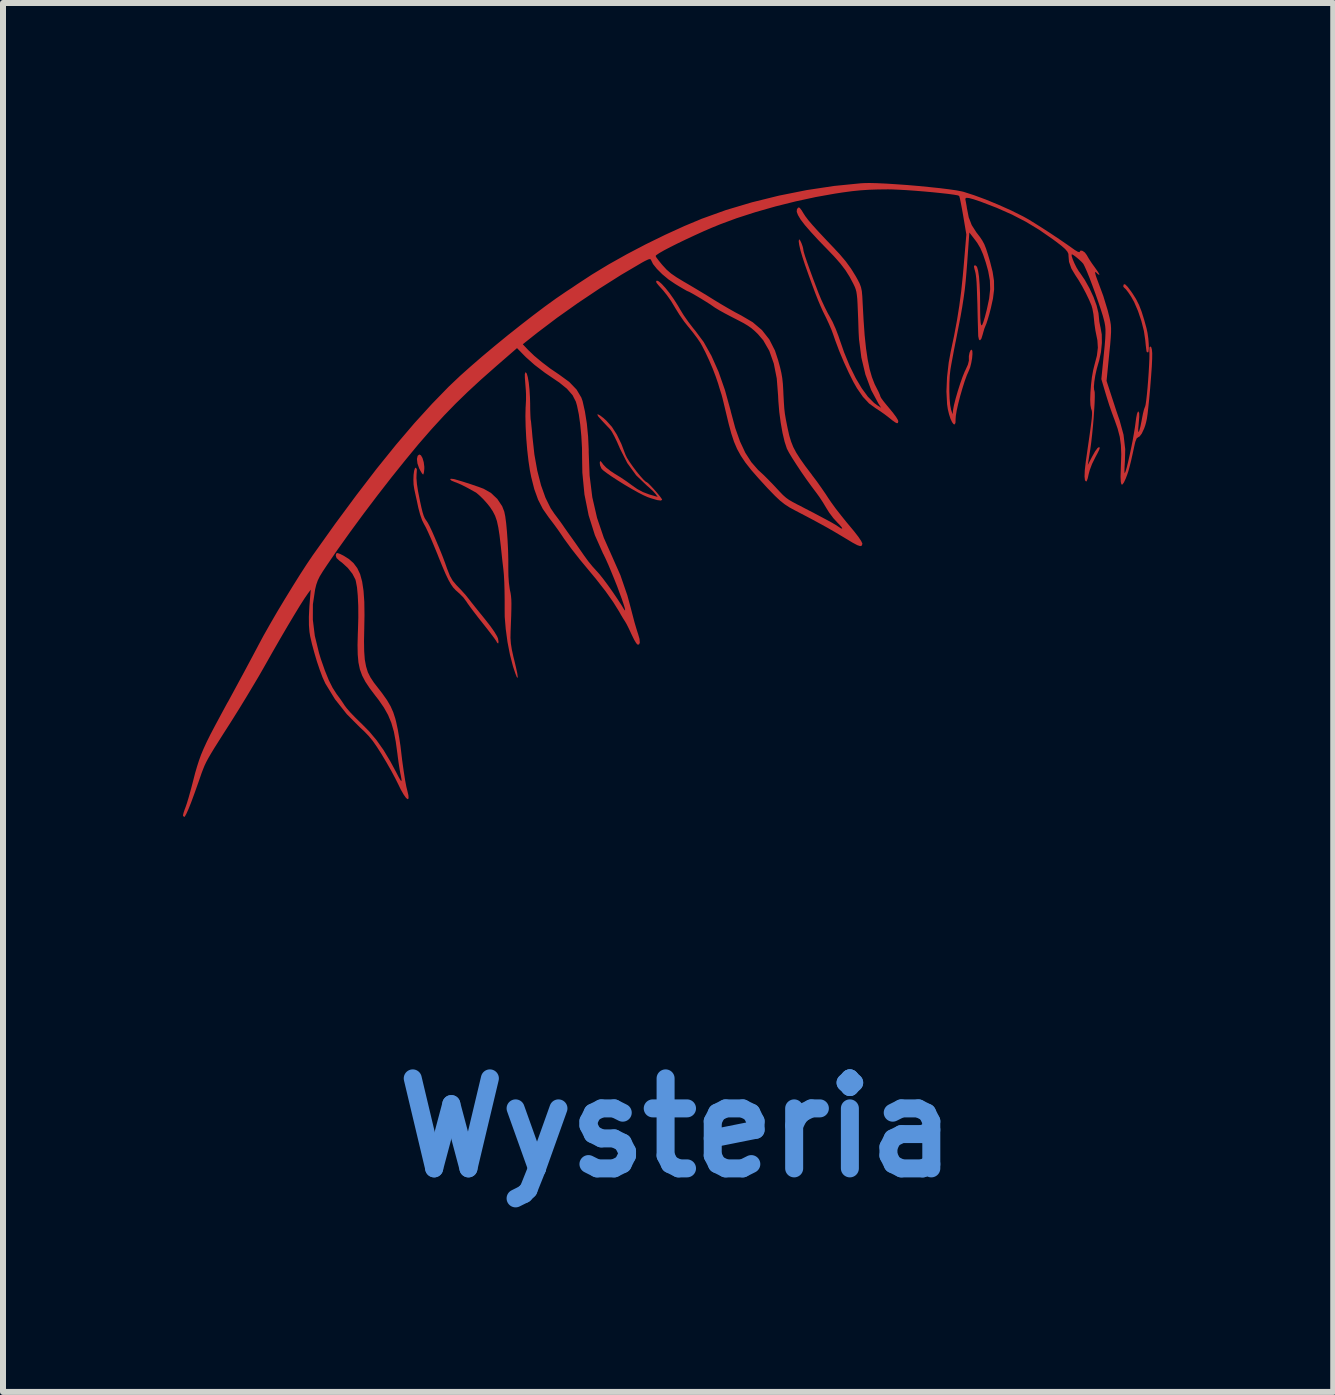
<source format=kicad_pcb>
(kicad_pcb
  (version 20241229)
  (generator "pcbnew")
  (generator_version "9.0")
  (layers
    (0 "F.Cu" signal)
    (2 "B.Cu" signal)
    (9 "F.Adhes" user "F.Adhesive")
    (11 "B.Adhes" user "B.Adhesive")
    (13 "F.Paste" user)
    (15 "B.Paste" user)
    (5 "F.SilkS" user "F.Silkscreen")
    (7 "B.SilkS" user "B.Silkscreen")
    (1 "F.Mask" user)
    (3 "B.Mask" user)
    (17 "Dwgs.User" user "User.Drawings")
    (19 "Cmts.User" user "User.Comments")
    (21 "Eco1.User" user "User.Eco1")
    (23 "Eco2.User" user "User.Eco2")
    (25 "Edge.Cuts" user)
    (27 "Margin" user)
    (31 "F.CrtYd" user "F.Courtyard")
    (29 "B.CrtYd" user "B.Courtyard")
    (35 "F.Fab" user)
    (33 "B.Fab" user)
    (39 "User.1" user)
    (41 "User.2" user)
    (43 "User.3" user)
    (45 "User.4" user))
  (footprint "Wysteria"
    (layer "F.Cu")
    (at 8.222 5.585)
    (property "Reference" "Wysteria" (at 0 10.16 0) (layer "Cmts.User") (effects (font (size 1.5 1.5) (thickness 0.3))))
    (attr board_only exclude_from_pos_files exclude_from_bom)
    (fp_poly (pts (xy -4.256 -1.046) (xy -4.23 -1) (xy -4.21 -0.933) (xy -4.2 -0.857) (xy -4.2 -0.82) (xy -4.206 -0.762) (xy -4.216 -0.729) (xy -4.221 -0.726) (xy -4.239 -0.745) (xy -4.267 -0.792) (xy -4.287 -0.831) (xy -4.315 -0.912) (xy -4.323 -0.985) (xy -4.311 -1.038) (xy -4.284 -1.06)) (stroke (width 0) (type solid)) (fill yes) (layer "F.Cu"))
    (fp_poly (pts (xy 7.483 -3.894) (xy 7.523 -3.854) (xy 7.58 -3.778) (xy 7.605 -3.742) (xy 7.663 -3.65) (xy 7.712 -3.553) (xy 7.756 -3.439) (xy 7.8 -3.298) (xy 7.836 -3.167) (xy 7.854 -3.084) (xy 7.867 -2.992) (xy 7.874 -2.903) (xy 7.876 -2.827) (xy 7.871 -2.775) (xy 7.863 -2.76) (xy 7.842 -2.768) (xy 7.837 -2.78) (xy 7.832 -2.816) (xy 7.824 -2.882) (xy 7.816 -2.965) (xy 7.816 -2.966) (xy 7.793 -3.119) (xy 7.751 -3.285) (xy 7.695 -3.451) (xy 7.631 -3.6) (xy 7.58 -3.691) (xy 7.534 -3.76) (xy 7.495 -3.811) (xy 7.47 -3.835) (xy 7.468 -3.836) (xy 7.451 -3.855) (xy 7.45 -3.871) (xy 7.46 -3.899)) (stroke (width 0) (type solid)) (fill yes) (layer "F.Cu"))
    (fp_poly (pts (xy -1.272 -1.712) (xy -1.217 -1.67) (xy -1.166 -1.624) (xy -1.074 -1.521) (xy -0.992 -1.393) (xy -0.915 -1.235) (xy -0.847 -1.055) (xy -0.822 -1.004) (xy -0.778 -0.935) (xy -0.722 -0.855) (xy -0.66 -0.773) (xy -0.599 -0.699) (xy -0.546 -0.64) (xy -0.507 -0.605) (xy -0.495 -0.6) (xy -0.471 -0.583) (xy -0.429 -0.541) (xy -0.376 -0.484) (xy -0.322 -0.422) (xy -0.275 -0.365) (xy -0.244 -0.322) (xy -0.236 -0.305) (xy -0.258 -0.292) (xy -0.318 -0.3) (xy -0.418 -0.329) (xy -0.478 -0.35) (xy -0.548 -0.381) (xy -0.641 -0.429) (xy -0.748 -0.489) (xy -0.862 -0.556) (xy -0.974 -0.626) (xy -1.077 -0.693) (xy -1.162 -0.752) (xy -1.223 -0.799) (xy -1.247 -0.824) (xy -1.271 -0.879) (xy -1.276 -0.922) (xy -1.271 -0.948) (xy -1.257 -0.945) (xy -1.229 -0.909) (xy -1.218 -0.893) (xy -1.17 -0.843) (xy -1.098 -0.786) (xy -1.025 -0.738) (xy -0.932 -0.681) (xy -0.829 -0.612) (xy -0.751 -0.555) (xy -0.652 -0.485) (xy -0.559 -0.435) (xy -0.454 -0.395) (xy -0.385 -0.375) (xy -0.31 -0.353) (xy -0.35 -0.407) (xy -0.39 -0.451) (xy -0.45 -0.507) (xy -0.494 -0.545) (xy -0.669 -0.713) (xy -0.817 -0.917) (xy -0.937 -1.153) (xy -0.946 -1.174) (xy -0.991 -1.277) (xy -1.037 -1.371) (xy -1.078 -1.445) (xy -1.105 -1.482) (xy -1.159 -1.539) (xy -1.222 -1.606) (xy -1.248 -1.634) (xy -1.299 -1.692) (xy -1.317 -1.724) (xy -1.307 -1.73)) (stroke (width 0) (type solid)) (fill yes) (layer "F.Cu"))
    (fp_poly (pts (xy -3.71 -0.651) (xy -3.696 -0.648) (xy -3.57 -0.611) (xy -3.426 -0.565) (xy -3.287 -0.517) (xy -3.212 -0.489) (xy -3.09 -0.42) (xy -2.983 -0.319) (xy -2.902 -0.197) (xy -2.867 -0.107) (xy -2.851 -0.029) (xy -2.836 0.083) (xy -2.823 0.221) (xy -2.812 0.375) (xy -2.804 0.535) (xy -2.8 0.69) (xy -2.8 0.833) (xy -2.8 0.851) (xy -2.798 0.964) (xy -2.79 1.079) (xy -2.777 1.176) (xy -2.773 1.2) (xy -2.762 1.249) (xy -2.755 1.299) (xy -2.75 1.355) (xy -2.748 1.426) (xy -2.749 1.517) (xy -2.752 1.635) (xy -2.758 1.788) (xy -2.762 1.894) (xy -2.764 1.997) (xy -2.757 2.092) (xy -2.741 2.193) (xy -2.714 2.316) (xy -2.701 2.366) (xy -2.671 2.493) (xy -2.651 2.586) (xy -2.643 2.644) (xy -2.646 2.666) (xy -2.659 2.649) (xy -2.682 2.591) (xy -2.715 2.493) (xy -2.724 2.464) (xy -2.773 2.275) (xy -2.814 2.064) (xy -2.843 1.848) (xy -2.86 1.644) (xy -2.861 1.524) (xy -2.861 1.369) (xy -2.863 1.212) (xy -2.867 1.066) (xy -2.874 0.943) (xy -2.881 0.867) (xy -2.888 0.806) (xy -2.899 0.713) (xy -2.911 0.6) (xy -2.924 0.478) (xy -2.926 0.46) (xy -2.946 0.29) (xy -2.967 0.155) (xy -2.99 0.049) (xy -3.02 -0.038) (xy -3.059 -0.114) (xy -3.108 -0.187) (xy -3.151 -0.241) (xy -3.217 -0.315) (xy -3.284 -0.38) (xy -3.338 -0.425) (xy -3.349 -0.431) (xy -3.484 -0.506) (xy -3.587 -0.558) (xy -3.663 -0.591) (xy -3.689 -0.6) (xy -3.747 -0.624) (xy -3.77 -0.645) (xy -3.758 -0.656)) (stroke (width 0) (type solid)) (fill yes) (layer "F.Cu"))
    (fp_poly (pts (xy -4.324 -0.81) (xy -4.328 -0.744) (xy -4.329 -0.738) (xy -4.331 -0.667) (xy -4.323 -0.567) (xy -4.305 -0.451) (xy -4.302 -0.436) (xy -4.273 -0.289) (xy -4.249 -0.179) (xy -4.229 -0.098) (xy -4.211 -0.041) (xy -4.193 0.001) (xy -4.172 0.034) (xy -4.167 0.04) (xy -4.142 0.078) (xy -4.111 0.136) (xy -4.072 0.219) (xy -4.022 0.333) (xy -3.959 0.481) (xy -3.92 0.576) (xy -3.891 0.649) (xy -3.855 0.745) (xy -3.82 0.844) (xy -3.816 0.854) (xy -3.773 0.963) (xy -3.726 1.045) (xy -3.665 1.117) (xy -3.657 1.125) (xy -3.586 1.199) (xy -3.509 1.285) (xy -3.465 1.34) (xy -3.415 1.404) (xy -3.346 1.491) (xy -3.266 1.59) (xy -3.186 1.689) (xy -3.183 1.693) (xy -3.099 1.8) (xy -3.033 1.894) (xy -2.988 1.969) (xy -2.971 2.009) (xy -2.963 2.062) (xy -2.968 2.088) (xy -2.972 2.089) (xy -2.991 2.072) (xy -2.991 2.068) (xy -3.004 2.045) (xy -3.04 1.994) (xy -3.095 1.921) (xy -3.164 1.832) (xy -3.216 1.766) (xy -3.298 1.663) (xy -3.373 1.565) (xy -3.437 1.48) (xy -3.482 1.417) (xy -3.496 1.395) (xy -3.549 1.323) (xy -3.616 1.256) (xy -3.632 1.242) (xy -3.677 1.202) (xy -3.718 1.158) (xy -3.757 1.102) (xy -3.798 1.03) (xy -3.843 0.936) (xy -3.896 0.813) (xy -3.96 0.656) (xy -3.982 0.6) (xy -4.037 0.467) (xy -4.089 0.343) (xy -4.137 0.235) (xy -4.176 0.153) (xy -4.203 0.104) (xy -4.204 0.102) (xy -4.237 0.036) (xy -4.27 -0.059) (xy -4.299 -0.168) (xy -4.303 -0.186) (xy -4.325 -0.29) (xy -4.347 -0.389) (xy -4.364 -0.467) (xy -4.368 -0.487) (xy -4.379 -0.559) (xy -4.382 -0.64) (xy -4.379 -0.72) (xy -4.37 -0.787) (xy -4.356 -0.831) (xy -4.34 -0.841)) (stroke (width 0) (type solid)) (fill yes) (layer "F.Cu"))
    (fp_poly (pts (xy 2.056 -5.172) (xy 2.088 -5.131) (xy 2.114 -5.088) (xy 2.15 -5.032) (xy 2.2 -4.966) (xy 2.269 -4.885) (xy 2.359 -4.785) (xy 2.475 -4.661) (xy 2.597 -4.533) (xy 2.725 -4.396) (xy 2.827 -4.275) (xy 2.912 -4.158) (xy 2.989 -4.034) (xy 3.022 -3.975) (xy 3.056 -3.909) (xy 3.078 -3.849) (xy 3.092 -3.783) (xy 3.1 -3.697) (xy 3.105 -3.599) (xy 3.121 -3.303) (xy 3.139 -3.048) (xy 3.162 -2.829) (xy 3.19 -2.642) (xy 3.222 -2.483) (xy 3.261 -2.348) (xy 3.306 -2.232) (xy 3.337 -2.171) (xy 3.371 -2.104) (xy 3.394 -2.051) (xy 3.401 -2.028) (xy 3.414 -2.002) (xy 3.45 -1.952) (xy 3.504 -1.885) (xy 3.551 -1.829) (xy 3.614 -1.752) (xy 3.664 -1.684) (xy 3.694 -1.634) (xy 3.7 -1.613) (xy 3.694 -1.588) (xy 3.68 -1.58) (xy 3.65 -1.594) (xy 3.598 -1.631) (xy 3.538 -1.679) (xy 3.459 -1.739) (xy 3.378 -1.795) (xy 3.321 -1.832) (xy 3.212 -1.911) (xy 3.11 -2.021) (xy 3.01 -2.165) (xy 2.952 -2.267) (xy 2.875 -2.421) (xy 2.793 -2.599) (xy 2.715 -2.785) (xy 2.649 -2.961) (xy 2.617 -3.054) (xy 2.588 -3.133) (xy 2.545 -3.234) (xy 2.497 -3.337) (xy 2.482 -3.367) (xy 2.442 -3.448) (xy 2.404 -3.533) (xy 2.363 -3.63) (xy 2.318 -3.744) (xy 2.266 -3.883) (xy 2.205 -4.051) (xy 2.144 -4.223) (xy 2.103 -4.348) (xy 2.07 -4.459) (xy 2.049 -4.55) (xy 2.04 -4.613) (xy 2.045 -4.643) (xy 2.05 -4.645) (xy 2.066 -4.625) (xy 2.087 -4.58) (xy 2.106 -4.527) (xy 2.117 -4.482) (xy 2.117 -4.471) (xy 2.124 -4.438) (xy 2.145 -4.368) (xy 2.179 -4.268) (xy 2.224 -4.142) (xy 2.277 -3.997) (xy 2.338 -3.836) (xy 2.37 -3.752) (xy 2.418 -3.636) (xy 2.473 -3.518) (xy 2.526 -3.413) (xy 2.554 -3.364) (xy 2.604 -3.272) (xy 2.656 -3.156) (xy 2.701 -3.039) (xy 2.714 -3) (xy 2.798 -2.759) (xy 2.89 -2.536) (xy 2.989 -2.335) (xy 3.091 -2.163) (xy 3.194 -2.022) (xy 3.296 -1.919) (xy 3.346 -1.882) (xy 3.414 -1.839) (xy 3.37 -1.907) (xy 3.248 -2.134) (xy 3.152 -2.392) (xy 3.084 -2.676) (xy 3.045 -2.98) (xy 3.038 -3.106) (xy 3.032 -3.295) (xy 3.026 -3.446) (xy 3.021 -3.563) (xy 3.016 -3.653) (xy 3.009 -3.72) (xy 3.001 -3.772) (xy 2.99 -3.813) (xy 2.977 -3.849) (xy 2.96 -3.885) (xy 2.95 -3.906) (xy 2.887 -4.024) (xy 2.818 -4.133) (xy 2.734 -4.243) (xy 2.628 -4.363) (xy 2.533 -4.462) (xy 2.372 -4.628) (xy 2.243 -4.768) (xy 2.143 -4.883) (xy 2.072 -4.976) (xy 2.028 -5.05) (xy 2.007 -5.105) (xy 2.01 -5.146) (xy 2.012 -5.15) (xy 2.032 -5.177)) (stroke (width 0) (type solid)) (fill yes) (layer "F.Cu"))
    (fp_poly (pts (xy 4.22 -5.517) (xy 4.392 -5.499) (xy 4.544 -5.48) (xy 4.67 -5.462) (xy 4.762 -5.444) (xy 4.787 -5.438) (xy 4.961 -5.382) (xy 5.159 -5.309) (xy 5.37 -5.222) (xy 5.58 -5.128) (xy 5.775 -5.031) (xy 5.79 -5.023) (xy 5.869 -4.979) (xy 5.976 -4.913) (xy 6.103 -4.833) (xy 6.242 -4.743) (xy 6.384 -4.648) (xy 6.521 -4.554) (xy 6.641 -4.469) (xy 6.689 -4.44) (xy 6.718 -4.432) (xy 6.722 -4.436) (xy 6.738 -4.46) (xy 6.771 -4.454) (xy 6.81 -4.426) (xy 6.844 -4.38) (xy 6.845 -4.377) (xy 6.878 -4.32) (xy 6.927 -4.245) (xy 6.977 -4.176) (xy 7.02 -4.115) (xy 7.047 -4.071) (xy 7.051 -4.052) (xy 7.049 -4.052) (xy 7.019 -4.071) (xy 7.015 -4.078) (xy 6.989 -4.101) (xy 6.983 -4.103) (xy 6.981 -4.085) (xy 6.993 -4.037) (xy 7.017 -3.971) (xy 7.116 -3.704) (xy 7.19 -3.462) (xy 7.22 -3.342) (xy 7.233 -3.28) (xy 7.242 -3.224) (xy 7.246 -3.166) (xy 7.246 -3.098) (xy 7.241 -3.011) (xy 7.232 -2.898) (xy 7.217 -2.75) (xy 7.215 -2.728) (xy 7.171 -2.287) (xy 7.253 -2.035) (xy 7.292 -1.916) (xy 7.331 -1.796) (xy 7.367 -1.69) (xy 7.388 -1.631) (xy 7.454 -1.389) (xy 7.482 -1.149) (xy 7.477 -0.949) (xy 7.471 -0.86) (xy 7.469 -0.791) (xy 7.471 -0.753) (xy 7.474 -0.748) (xy 7.488 -0.778) (xy 7.507 -0.843) (xy 7.53 -0.936) (xy 7.555 -1.047) (xy 7.581 -1.169) (xy 7.606 -1.293) (xy 7.627 -1.412) (xy 7.644 -1.516) (xy 7.65 -1.56) (xy 7.665 -1.671) (xy 7.679 -1.74) (xy 7.693 -1.773) (xy 7.703 -1.777) (xy 7.715 -1.751) (xy 7.716 -1.687) (xy 7.707 -1.583) (xy 7.707 -1.579) (xy 7.699 -1.491) (xy 7.699 -1.443) (xy 7.706 -1.435) (xy 7.719 -1.465) (xy 7.736 -1.53) (xy 7.756 -1.628) (xy 7.76 -1.651) (xy 7.777 -1.738) (xy 7.795 -1.811) (xy 7.812 -1.857) (xy 7.814 -1.86) (xy 7.822 -1.893) (xy 7.832 -1.961) (xy 7.843 -2.058) (xy 7.854 -2.173) (xy 7.864 -2.299) (xy 7.873 -2.428) (xy 7.88 -2.551) (xy 7.885 -2.66) (xy 7.886 -2.745) (xy 7.884 -2.8) (xy 7.884 -2.801) (xy 7.886 -2.846) (xy 7.9 -2.861) (xy 7.916 -2.848) (xy 7.926 -2.812) (xy 7.932 -2.748) (xy 7.931 -2.654) (xy 7.925 -2.525) (xy 7.913 -2.359) (xy 7.897 -2.157) (xy 7.881 -1.982) (xy 7.867 -1.845) (xy 7.855 -1.738) (xy 7.843 -1.656) (xy 7.829 -1.592) (xy 7.814 -1.539) (xy 7.797 -1.492) (xy 7.757 -1.407) (xy 7.721 -1.36) (xy 7.705 -1.352) (xy 7.674 -1.33) (xy 7.651 -1.273) (xy 7.642 -1.238) (xy 7.607 -1.077) (xy 7.579 -0.952) (xy 7.555 -0.857) (xy 7.535 -0.783) (xy 7.515 -0.723) (xy 7.495 -0.671) (xy 7.495 -0.669) (xy 7.461 -0.595) (xy 7.435 -0.559) (xy 7.418 -0.562) (xy 7.408 -0.605) (xy 7.404 -0.689) (xy 7.408 -0.815) (xy 7.41 -0.875) (xy 7.416 -1.06) (xy 7.41 -1.215) (xy 7.391 -1.354) (xy 7.355 -1.492) (xy 7.302 -1.643) (xy 7.29 -1.674) (xy 7.256 -1.767) (xy 7.215 -1.884) (xy 7.176 -2.008) (xy 7.155 -2.077) (xy 7.084 -2.317) (xy 7.125 -2.727) (xy 7.14 -2.877) (xy 7.149 -2.991) (xy 7.153 -3.077) (xy 7.153 -3.145) (xy 7.148 -3.202) (xy 7.138 -3.258) (xy 7.132 -3.285) (xy 7.109 -3.37) (xy 7.074 -3.481) (xy 7.031 -3.609) (xy 6.983 -3.745) (xy 6.933 -3.881) (xy 6.885 -4.008) (xy 6.841 -4.116) (xy 6.804 -4.198) (xy 6.784 -4.237) (xy 6.757 -4.268) (xy 6.713 -4.309) (xy 6.663 -4.351) (xy 6.619 -4.384) (xy 6.593 -4.397) (xy 6.591 -4.397) (xy 6.589 -4.37) (xy 6.606 -4.316) (xy 6.635 -4.247) (xy 6.671 -4.175) (xy 6.71 -4.111) (xy 6.725 -4.092) (xy 6.808 -3.97) (xy 6.886 -3.83) (xy 6.954 -3.684) (xy 7.005 -3.543) (xy 7.036 -3.418) (xy 7.042 -3.362) (xy 7.05 -3.277) (xy 7.066 -3.196) (xy 7.07 -3.179) (xy 7.091 -3.061) (xy 7.093 -2.918) (xy 7.078 -2.767) (xy 7.047 -2.623) (xy 7.04 -2.6) (xy 7.008 -2.488) (xy 6.983 -2.376) (xy 6.967 -2.273) (xy 6.96 -2.189) (xy 6.964 -2.135) (xy 6.969 -2.124) (xy 6.974 -2.092) (xy 6.975 -2.023) (xy 6.972 -1.924) (xy 6.965 -1.804) (xy 6.956 -1.67) (xy 6.944 -1.529) (xy 6.93 -1.389) (xy 6.915 -1.257) (xy 6.899 -1.14) (xy 6.895 -1.116) (xy 6.858 -0.885) (xy 6.93 -1.024) (xy 6.981 -1.114) (xy 7.021 -1.168) (xy 7.047 -1.184) (xy 7.058 -1.17) (xy 7.05 -1.143) (xy 7.024 -1.088) (xy 6.986 -1.017) (xy 6.98 -1.005) (xy 6.929 -0.902) (xy 6.89 -0.797) (xy 6.873 -0.733) (xy 6.858 -0.665) (xy 6.842 -0.62) (xy 6.831 -0.608) (xy 6.811 -0.63) (xy 6.804 -0.693) (xy 6.808 -0.797) (xy 6.825 -0.943) (xy 6.831 -0.985) (xy 6.86 -1.189) (xy 6.884 -1.354) (xy 6.902 -1.484) (xy 6.915 -1.584) (xy 6.924 -1.659) (xy 6.928 -1.713) (xy 6.929 -1.752) (xy 6.927 -1.779) (xy 6.922 -1.801) (xy 6.914 -1.821) (xy 6.914 -1.821) (xy 6.902 -1.883) (xy 6.898 -1.978) (xy 6.902 -2.095) (xy 6.912 -2.222) (xy 6.927 -2.35) (xy 6.948 -2.467) (xy 6.969 -2.551) (xy 7.01 -2.707) (xy 7.026 -2.84) (xy 7.018 -2.964) (xy 7.004 -3.033) (xy 6.985 -3.128) (xy 6.969 -3.238) (xy 6.962 -3.307) (xy 6.952 -3.4) (xy 6.935 -3.49) (xy 6.92 -3.543) (xy 6.881 -3.635) (xy 6.827 -3.747) (xy 6.765 -3.864) (xy 6.703 -3.969) (xy 6.651 -4.048) (xy 6.585 -4.158) (xy 6.545 -4.271) (xy 6.537 -4.367) (xy 6.535 -4.404) (xy 6.517 -4.442) (xy 6.479 -4.486) (xy 6.416 -4.541) (xy 6.323 -4.612) (xy 6.271 -4.65) (xy 6.048 -4.805) (xy 5.826 -4.939) (xy 5.594 -5.059) (xy 5.341 -5.171) (xy 5.07 -5.275) (xy 4.957 -5.313) (xy 4.88 -5.334) (xy 4.835 -5.338) (xy 4.817 -5.325) (xy 4.819 -5.305) (xy 4.828 -5.26) (xy 4.84 -5.192) (xy 4.843 -5.169) (xy 4.874 -5.012) (xy 4.924 -4.883) (xy 5 -4.764) (xy 5.006 -4.756) (xy 5.06 -4.686) (xy 5.1 -4.626) (xy 5.133 -4.565) (xy 5.162 -4.492) (xy 5.193 -4.397) (xy 5.228 -4.279) (xy 5.272 -4.105) (xy 5.295 -3.955) (xy 5.297 -3.811) (xy 5.278 -3.659) (xy 5.244 -3.505) (xy 5.218 -3.403) (xy 5.191 -3.311) (xy 5.169 -3.243) (xy 5.157 -3.214) (xy 5.134 -3.157) (xy 5.112 -3.082) (xy 5.107 -3.062) (xy 5.085 -2.991) (xy 5.062 -2.962) (xy 5.044 -2.976) (xy 5.032 -3.032) (xy 5.031 -3.06) (xy 5.029 -3.132) (xy 5.026 -3.231) (xy 5.023 -3.34) (xy 5.022 -3.38) (xy 5.018 -3.569) (xy 5.013 -3.718) (xy 5.009 -3.835) (xy 5.005 -3.923) (xy 5 -3.989) (xy 4.994 -4.039) (xy 4.988 -4.078) (xy 4.982 -4.105) (xy 4.965 -4.169) (xy 4.961 -4.201) (xy 4.969 -4.211) (xy 4.991 -4.21) (xy 4.991 -4.21) (xy 5.012 -4.187) (xy 5.03 -4.123) (xy 5.045 -4.025) (xy 5.055 -3.896) (xy 5.062 -3.741) (xy 5.063 -3.612) (xy 5.064 -3.447) (xy 5.067 -3.327) (xy 5.073 -3.249) (xy 5.083 -3.213) (xy 5.097 -3.218) (xy 5.116 -3.263) (xy 5.142 -3.348) (xy 5.174 -3.471) (xy 5.176 -3.48) (xy 5.214 -3.659) (xy 5.231 -3.815) (xy 5.226 -3.962) (xy 5.198 -4.117) (xy 5.158 -4.26) (xy 5.113 -4.394) (xy 5.068 -4.498) (xy 5.017 -4.585) (xy 4.985 -4.629) (xy 4.884 -4.76) (xy 4.849 -4.264) (xy 4.836 -4.097) (xy 4.823 -3.948) (xy 4.808 -3.808) (xy 4.789 -3.669) (xy 4.766 -3.521) (xy 4.737 -3.356) (xy 4.7 -3.166) (xy 4.656 -2.94) (xy 4.654 -2.932) (xy 4.629 -2.805) (xy 4.605 -2.676) (xy 4.583 -2.559) (xy 4.569 -2.478) (xy 4.557 -2.373) (xy 4.551 -2.248) (xy 4.55 -2.116) (xy 4.555 -1.99) (xy 4.565 -1.882) (xy 4.58 -1.804) (xy 4.582 -1.799) (xy 4.605 -1.73) (xy 4.612 -1.796) (xy 4.627 -1.879) (xy 4.655 -1.99) (xy 4.691 -2.115) (xy 4.731 -2.241) (xy 4.771 -2.355) (xy 4.807 -2.443) (xy 4.819 -2.467) (xy 4.86 -2.558) (xy 4.877 -2.627) (xy 4.876 -2.646) (xy 4.876 -2.701) (xy 4.887 -2.757) (xy 4.905 -2.798) (xy 4.922 -2.808) (xy 4.934 -2.787) (xy 4.936 -2.735) (xy 4.93 -2.664) (xy 4.916 -2.585) (xy 4.897 -2.51) (xy 4.874 -2.452) (xy 4.873 -2.45) (xy 4.842 -2.38) (xy 4.806 -2.281) (xy 4.769 -2.163) (xy 4.732 -2.036) (xy 4.7 -1.911) (xy 4.674 -1.797) (xy 4.659 -1.706) (xy 4.655 -1.653) (xy 4.653 -1.588) (xy 4.64 -1.561) (xy 4.621 -1.566) (xy 4.596 -1.599) (xy 4.57 -1.655) (xy 4.546 -1.729) (xy 4.525 -1.815) (xy 4.513 -1.897) (xy 4.502 -2.111) (xy 4.512 -2.348) (xy 4.54 -2.593) (xy 4.572 -2.767) (xy 4.631 -3.046) (xy 4.678 -3.297) (xy 4.716 -3.536) (xy 4.748 -3.778) (xy 4.775 -4.036) (xy 4.788 -4.183) (xy 4.834 -4.727) (xy 4.781 -5.041) (xy 4.761 -5.154) (xy 4.742 -5.252) (xy 4.727 -5.325) (xy 4.716 -5.365) (xy 4.714 -5.37) (xy 4.686 -5.38) (xy 4.621 -5.391) (xy 4.525 -5.404) (xy 4.406 -5.417) (xy 4.271 -5.431) (xy 4.126 -5.444) (xy 3.979 -5.456) (xy 3.837 -5.466) (xy 3.707 -5.473) (xy 3.595 -5.478) (xy 3.528 -5.479) (xy 3.355 -5.477) (xy 3.207 -5.472) (xy 3.071 -5.463) (xy 2.932 -5.449) (xy 2.775 -5.428) (xy 2.639 -5.407) (xy 2.325 -5.351) (xy 1.991 -5.279) (xy 1.651 -5.194) (xy 1.318 -5.099) (xy 1.005 -4.998) (xy 0.735 -4.898) (xy 0.6 -4.843) (xy 0.456 -4.781) (xy 0.309 -4.714) (xy 0.163 -4.646) (xy 0.026 -4.58) (xy -0.098 -4.518) (xy -0.203 -4.463) (xy -0.283 -4.417) (xy -0.332 -4.384) (xy -0.345 -4.369) (xy -0.333 -4.345) (xy -0.297 -4.297) (xy -0.246 -4.234) (xy -0.23 -4.215) (xy -0.162 -4.141) (xy -0.087 -4.076) (xy 0.006 -4.012) (xy 0.12 -3.943) (xy 0.233 -3.877) (xy 0.367 -3.797) (xy 0.505 -3.714) (xy 0.625 -3.639) (xy 0.742 -3.568) (xy 0.865 -3.496) (xy 0.98 -3.431) (xy 1.073 -3.382) (xy 1.079 -3.379) (xy 1.273 -3.265) (xy 1.428 -3.133) (xy 1.55 -2.978) (xy 1.644 -2.793) (xy 1.697 -2.632) (xy 1.729 -2.515) (xy 1.751 -2.42) (xy 1.766 -2.333) (xy 1.776 -2.24) (xy 1.783 -2.124) (xy 1.786 -2.055) (xy 1.793 -1.925) (xy 1.8 -1.825) (xy 1.81 -1.738) (xy 1.825 -1.649) (xy 1.846 -1.543) (xy 1.857 -1.49) (xy 1.883 -1.375) (xy 1.913 -1.276) (xy 1.95 -1.183) (xy 1.999 -1.09) (xy 2.064 -0.988) (xy 2.149 -0.868) (xy 2.259 -0.723) (xy 2.263 -0.716) (xy 2.342 -0.612) (xy 2.421 -0.5) (xy 2.492 -0.397) (xy 2.534 -0.332) (xy 2.586 -0.256) (xy 2.658 -0.157) (xy 2.744 -0.047) (xy 2.834 0.065) (xy 2.87 0.108) (xy 2.964 0.221) (xy 3.036 0.314) (xy 3.082 0.383) (xy 3.101 0.424) (xy 3.101 0.429) (xy 3.091 0.46) (xy 3.065 0.467) (xy 3.016 0.451) (xy 2.939 0.41) (xy 2.911 0.393) (xy 2.758 0.301) (xy 2.63 0.225) (xy 2.515 0.159) (xy 2.403 0.097) (xy 2.283 0.032) (xy 2.145 -0.041) (xy 1.98 -0.127) (xy 1.886 -0.178) (xy 1.805 -0.231) (xy 1.728 -0.292) (xy 1.645 -0.37) (xy 1.545 -0.473) (xy 1.519 -0.5) (xy 1.371 -0.662) (xy 1.25 -0.8) (xy 1.153 -0.923) (xy 1.076 -1.038) (xy 1.013 -1.152) (xy 0.961 -1.274) (xy 0.916 -1.411) (xy 0.873 -1.57) (xy 0.841 -1.703) (xy 0.813 -1.82) (xy 0.788 -1.924) (xy 0.768 -2.006) (xy 0.754 -2.058) (xy 0.751 -2.067) (xy 0.736 -2.113) (xy 0.714 -2.184) (xy 0.698 -2.239) (xy 0.658 -2.356) (xy 0.606 -2.492) (xy 0.546 -2.632) (xy 0.484 -2.765) (xy 0.427 -2.875) (xy 0.401 -2.921) (xy 0.348 -2.999) (xy 0.279 -3.091) (xy 0.208 -3.179) (xy 0.2 -3.188) (xy 0.129 -3.278) (xy 0.053 -3.388) (xy -0.015 -3.497) (xy -0.029 -3.521) (xy -0.088 -3.619) (xy -0.156 -3.715) (xy -0.219 -3.794) (xy -0.237 -3.814) (xy -0.289 -3.871) (xy -0.326 -3.916) (xy -0.338 -3.94) (xy -0.324 -3.959) (xy -0.29 -3.944) (xy -0.241 -3.901) (xy -0.181 -3.835) (xy -0.113 -3.75) (xy -0.043 -3.651) (xy 0.026 -3.543) (xy 0.063 -3.479) (xy 0.123 -3.381) (xy 0.201 -3.27) (xy 0.283 -3.163) (xy 0.317 -3.122) (xy 0.456 -2.935) (xy 0.585 -2.706) (xy 0.704 -2.439) (xy 0.81 -2.136) (xy 0.903 -1.8) (xy 0.912 -1.763) (xy 0.983 -1.5) (xy 1.062 -1.277) (xy 1.15 -1.089) (xy 1.25 -0.933) (xy 1.363 -0.803) (xy 1.405 -0.765) (xy 1.458 -0.716) (xy 1.529 -0.645) (xy 1.606 -0.566) (xy 1.64 -0.53) (xy 1.719 -0.445) (xy 1.778 -0.384) (xy 1.828 -0.34) (xy 1.878 -0.304) (xy 1.94 -0.268) (xy 2.023 -0.224) (xy 2.052 -0.21) (xy 2.143 -0.162) (xy 2.226 -0.119) (xy 2.289 -0.087) (xy 2.307 -0.077) (xy 2.36 -0.049) (xy 2.435 -0.009) (xy 2.51 0.031) (xy 2.587 0.073) (xy 2.654 0.112) (xy 2.695 0.139) (xy 2.745 0.172) (xy 2.766 0.176) (xy 2.757 0.154) (xy 2.72 0.11) (xy 2.687 0.077) (xy 2.618 0.002) (xy 2.548 -0.091) (xy 2.5 -0.168) (xy 2.445 -0.26) (xy 2.383 -0.354) (xy 2.335 -0.42) (xy 2.254 -0.528) (xy 2.167 -0.648) (xy 2.081 -0.772) (xy 2.001 -0.893) (xy 1.931 -1.002) (xy 1.877 -1.092) (xy 1.844 -1.155) (xy 1.842 -1.16) (xy 1.805 -1.273) (xy 1.77 -1.42) (xy 1.74 -1.589) (xy 1.716 -1.768) (xy 1.701 -1.948) (xy 1.696 -2.046) (xy 1.674 -2.328) (xy 1.625 -2.575) (xy 1.55 -2.787) (xy 1.449 -2.963) (xy 1.36 -3.067) (xy 1.304 -3.121) (xy 1.252 -3.165) (xy 1.195 -3.205) (xy 1.124 -3.248) (xy 1.029 -3.298) (xy 0.91 -3.359) (xy 0.811 -3.411) (xy 0.719 -3.462) (xy 0.646 -3.506) (xy 0.614 -3.528) (xy 0.567 -3.561) (xy 0.499 -3.604) (xy 0.42 -3.653) (xy 0.339 -3.701) (xy 0.268 -3.742) (xy 0.214 -3.771) (xy 0.19 -3.781) (xy 0.167 -3.792) (xy 0.115 -3.822) (xy 0.042 -3.865) (xy -0.02 -3.903) (xy -0.132 -3.979) (xy -0.235 -4.065) (xy -0.323 -4.153) (xy -0.388 -4.234) (xy -0.422 -4.303) (xy -0.422 -4.304) (xy -0.436 -4.318) (xy -0.468 -4.311) (xy -0.527 -4.283) (xy -0.569 -4.26) (xy -0.919 -4.054) (xy -1.281 -3.825) (xy -1.641 -3.584) (xy -1.988 -3.338) (xy -2.308 -3.096) (xy -2.369 -3.048) (xy -2.559 -2.897) (xy -2.469 -2.802) (xy -2.369 -2.706) (xy -2.242 -2.6) (xy -2.103 -2.494) (xy -1.963 -2.399) (xy -1.95 -2.39) (xy -1.784 -2.269) (xy -1.662 -2.142) (xy -1.583 -2.009) (xy -1.562 -1.95) (xy -1.523 -1.777) (xy -1.491 -1.575) (xy -1.47 -1.359) (xy -1.46 -1.145) (xy -1.46 -1.095) (xy -1.445 -0.708) (xy -1.4 -0.347) (xy -1.321 -0.004) (xy -1.208 0.329) (xy -1.079 0.619) (xy -0.932 0.951) (xy -0.815 1.291) (xy -0.76 1.495) (xy -0.728 1.618) (xy -0.696 1.739) (xy -0.665 1.844) (xy -0.641 1.92) (xy -0.639 1.924) (xy -0.613 2.014) (xy -0.608 2.077) (xy -0.622 2.108) (xy -0.649 2.107) (xy -0.67 2.082) (xy -0.703 2.027) (xy -0.74 1.952) (xy -0.751 1.928) (xy -0.79 1.844) (xy -0.826 1.772) (xy -0.853 1.725) (xy -0.857 1.719) (xy -0.884 1.677) (xy -0.923 1.612) (xy -0.952 1.56) (xy -1.051 1.401) (xy -1.181 1.217) (xy -1.343 1.01) (xy -1.431 0.904) (xy -1.606 0.693) (xy -1.751 0.508) (xy -1.87 0.345) (xy -1.921 0.269) (xy -1.973 0.194) (xy -2.04 0.102) (xy -2.11 0.01) (xy -2.127 -0.012) (xy -2.225 -0.153) (xy -2.304 -0.307) (xy -2.367 -0.482) (xy -2.419 -0.687) (xy -2.44 -0.793) (xy -2.464 -0.953) (xy -2.485 -1.137) (xy -2.501 -1.33) (xy -2.511 -1.52) (xy -2.515 -1.695) (xy -2.512 -1.841) (xy -2.51 -1.869) (xy -2.505 -1.968) (xy -2.505 -2.069) (xy -2.508 -2.129) (xy -2.515 -2.219) (xy -2.522 -2.31) (xy -2.524 -2.337) (xy -2.525 -2.399) (xy -2.515 -2.429) (xy -2.51 -2.431) (xy -2.492 -2.408) (xy -2.475 -2.348) (xy -2.459 -2.257) (xy -2.447 -2.142) (xy -2.439 -2.011) (xy -2.436 -1.909) (xy -2.435 -1.806) (xy -2.432 -1.721) (xy -2.429 -1.662) (xy -2.427 -1.64) (xy -2.422 -1.614) (xy -2.416 -1.552) (xy -2.407 -1.464) (xy -2.398 -1.358) (xy -2.397 -1.348) (xy -2.365 -1.058) (xy -2.317 -0.79) (xy -2.255 -0.548) (xy -2.18 -0.338) (xy -2.094 -0.164) (xy -2.031 -0.071) (xy -1.976 0.002) (xy -1.928 0.067) (xy -1.897 0.111) (xy -1.894 0.115) (xy -1.867 0.155) (xy -1.822 0.219) (xy -1.768 0.295) (xy -1.752 0.317) (xy -1.681 0.417) (xy -1.603 0.529) (xy -1.533 0.63) (xy -1.532 0.631) (xy -1.468 0.719) (xy -1.397 0.806) (xy -1.334 0.876) (xy -1.327 0.883) (xy -1.279 0.937) (xy -1.214 1.019) (xy -1.138 1.121) (xy -1.058 1.234) (xy -0.981 1.348) (xy -0.912 1.454) (xy -0.877 1.512) (xy -0.857 1.54) (xy -0.853 1.532) (xy -0.861 1.493) (xy -0.881 1.428) (xy -0.91 1.343) (xy -0.947 1.243) (xy -0.988 1.132) (xy -1.034 1.017) (xy -1.081 0.902) (xy -1.127 0.792) (xy -1.171 0.693) (xy -1.211 0.609) (xy -1.222 0.589) (xy -1.357 0.285) (xy -1.461 -0.045) (xy -1.531 -0.394) (xy -1.566 -0.757) (xy -1.57 -0.974) (xy -1.572 -1.17) (xy -1.583 -1.368) (xy -1.601 -1.558) (xy -1.625 -1.73) (xy -1.655 -1.874) (xy -1.674 -1.94) (xy -1.729 -2.048) (xy -1.823 -2.156) (xy -1.951 -2.26) (xy -1.999 -2.292) (xy -2.19 -2.422) (xy -2.362 -2.553) (xy -2.505 -2.68) (xy -2.533 -2.708) (xy -2.655 -2.833) (xy -3.005 -2.529) (xy -3.254 -2.309) (xy -3.475 -2.105) (xy -3.678 -1.908) (xy -3.871 -1.709) (xy -4.063 -1.5) (xy -4.096 -1.463) (xy -4.297 -1.232) (xy -4.514 -0.969) (xy -4.743 -0.684) (xy -4.977 -0.383) (xy -5.211 -0.074) (xy -5.438 0.235) (xy -5.654 0.538) (xy -5.822 0.783) (xy -5.893 0.89) (xy -5.943 0.972) (xy -5.977 1.042) (xy -6.001 1.111) (xy -6.02 1.189) (xy -6.02 1.19) (xy -6.057 1.438) (xy -6.058 1.693) (xy -6.025 1.962) (xy -5.955 2.248) (xy -5.924 2.35) (xy -5.856 2.544) (xy -5.792 2.701) (xy -5.728 2.829) (xy -5.66 2.935) (xy -5.641 2.96) (xy -5.592 3.027) (xy -5.541 3.103) (xy -5.529 3.122) (xy -5.492 3.171) (xy -5.43 3.242) (xy -5.351 3.324) (xy -5.264 3.409) (xy -5.252 3.42) (xy -5.116 3.558) (xy -4.994 3.704) (xy -4.879 3.867) (xy -4.765 4.057) (xy -4.67 4.234) (xy -4.623 4.324) (xy -4.594 4.373) (xy -4.58 4.384) (xy -4.58 4.356) (xy -4.592 4.291) (xy -4.599 4.258) (xy -4.612 4.184) (xy -4.628 4.082) (xy -4.643 3.972) (xy -4.648 3.93) (xy -4.676 3.726) (xy -4.708 3.557) (xy -4.75 3.412) (xy -4.804 3.282) (xy -4.874 3.157) (xy -4.965 3.026) (xy -5.017 2.959) (xy -5.11 2.836) (xy -5.182 2.728) (xy -5.236 2.625) (xy -5.274 2.521) (xy -5.298 2.406) (xy -5.31 2.272) (xy -5.313 2.113) (xy -5.308 1.919) (xy -5.306 1.872) (xy -5.3 1.659) (xy -5.301 1.464) (xy -5.309 1.293) (xy -5.322 1.153) (xy -5.342 1.048) (xy -5.349 1.023) (xy -5.398 0.929) (xy -5.475 0.831) (xy -5.57 0.744) (xy -5.613 0.712) (xy -5.663 0.666) (xy -5.676 0.623) (xy -5.669 0.591) (xy -5.649 0.582) (xy -5.607 0.596) (xy -5.55 0.624) (xy -5.457 0.682) (xy -5.38 0.75) (xy -5.318 0.833) (xy -5.27 0.934) (xy -5.236 1.059) (xy -5.213 1.212) (xy -5.2 1.396) (xy -5.197 1.616) (xy -5.201 1.848) (xy -5.205 2.053) (xy -5.202 2.22) (xy -5.192 2.358) (xy -5.171 2.471) (xy -5.141 2.569) (xy -5.097 2.656) (xy -5.041 2.741) (xy -5.01 2.781) (xy -4.903 2.919) (xy -4.821 3.035) (xy -4.761 3.138) (xy -4.717 3.238) (xy -4.683 3.343) (xy -4.67 3.394) (xy -4.643 3.519) (xy -4.618 3.663) (xy -4.597 3.799) (xy -4.593 3.834) (xy -4.569 4.037) (xy -4.544 4.215) (xy -4.521 4.363) (xy -4.5 4.475) (xy -4.486 4.531) (xy -4.465 4.62) (xy -4.462 4.671) (xy -4.476 4.686) (xy -4.504 4.665) (xy -4.543 4.61) (xy -4.593 4.523) (xy -4.628 4.45) (xy -4.682 4.342) (xy -4.751 4.212) (xy -4.828 4.077) (xy -4.903 3.951) (xy -4.91 3.939) (xy -4.991 3.812) (xy -5.06 3.713) (xy -5.128 3.631) (xy -5.202 3.554) (xy -5.271 3.49) (xy -5.493 3.267) (xy -5.689 3.019) (xy -5.85 2.756) (xy -5.854 2.747) (xy -5.896 2.655) (xy -5.942 2.532) (xy -5.99 2.39) (xy -6.034 2.241) (xy -6.073 2.097) (xy -6.102 1.971) (xy -6.114 1.898) (xy -6.123 1.787) (xy -6.124 1.648) (xy -6.117 1.497) (xy -6.115 1.463) (xy -6.093 1.193) (xy -6.141 1.258) (xy -6.198 1.341) (xy -6.274 1.46) (xy -6.367 1.613) (xy -6.477 1.797) (xy -6.601 2.009) (xy -6.737 2.246) (xy -6.878 2.495) (xy -6.956 2.631) (xy -7.053 2.794) (xy -7.159 2.971) (xy -7.27 3.153) (xy -7.378 3.326) (xy -7.436 3.418) (xy -7.545 3.588) (xy -7.633 3.727) (xy -7.703 3.838) (xy -7.758 3.929) (xy -7.801 4.003) (xy -7.835 4.067) (xy -7.863 4.126) (xy -7.887 4.185) (xy -7.912 4.25) (xy -7.938 4.326) (xy -7.959 4.386) (xy -8.028 4.581) (xy -8.085 4.736) (xy -8.131 4.851) (xy -8.166 4.929) (xy -8.19 4.972) (xy -8.203 4.982) (xy -8.221 4.963) (xy -8.222 4.951) (xy -8.213 4.914) (xy -8.193 4.853) (xy -8.178 4.815) (xy -8.158 4.756) (xy -8.13 4.664) (xy -8.098 4.55) (xy -8.065 4.425) (xy -8.05 4.367) (xy -8.019 4.247) (xy -7.988 4.141) (xy -7.956 4.041) (xy -7.921 3.944) (xy -7.878 3.842) (xy -7.827 3.731) (xy -7.764 3.604) (xy -7.686 3.456) (xy -7.592 3.281) (xy -7.479 3.072) (xy -7.476 3.069) (xy -7.383 2.898) (xy -7.288 2.722) (xy -7.195 2.55) (xy -7.11 2.391) (xy -7.036 2.252) (xy -6.978 2.143) (xy -6.971 2.129) (xy -6.882 1.963) (xy -6.774 1.772) (xy -6.654 1.565) (xy -6.526 1.352) (xy -6.396 1.14) (xy -6.271 0.94) (xy -6.155 0.761) (xy -6.054 0.612) (xy -6.053 0.611) (xy -5.684 0.093) (xy -5.331 -0.384) (xy -4.995 -0.822) (xy -4.673 -1.221) (xy -4.366 -1.581) (xy -4.072 -1.904) (xy -3.793 -2.191) (xy -3.601 -2.373) (xy -3.426 -2.529) (xy -3.231 -2.698) (xy -3.023 -2.872) (xy -2.808 -3.048) (xy -2.592 -3.219) (xy -2.382 -3.382) (xy -2.184 -3.531) (xy -2.004 -3.661) (xy -1.849 -3.767) (xy -1.816 -3.789) (xy -1.742 -3.837) (xy -1.67 -3.886) (xy -1.651 -3.899) (xy -1.405 -4.06) (xy -1.126 -4.229) (xy -0.823 -4.399) (xy -0.506 -4.565) (xy -0.183 -4.723) (xy 0.135 -4.868) (xy 0.424 -4.989) (xy 0.827 -5.134) (xy 1.26 -5.263) (xy 1.713 -5.375) (xy 2.174 -5.467) (xy 2.631 -5.536) (xy 3.073 -5.58) (xy 3.124 -5.583) (xy 3.217 -5.585) (xy 3.343 -5.582) (xy 3.496 -5.575) (xy 3.668 -5.564) (xy 3.851 -5.551) (xy 4.038 -5.535)) (stroke (width 0) (type solid)) (fill yes) (layer "F.Cu"))
    (fp_poly (pts (xy -4.239 -1.044) (xy -4.213 -0.997) (xy -4.193 -0.93) (xy -4.182 -0.854) (xy -4.182 -0.818) (xy -4.188 -0.76) (xy -4.199 -0.726) (xy -4.203 -0.723) (xy -4.221 -0.742) (xy -4.25 -0.79) (xy -4.269 -0.828) (xy -4.298 -0.91) (xy -4.306 -0.982) (xy -4.294 -1.036) (xy -4.266 -1.058)) (stroke (width 0) (type solid)) (fill yes) (layer "F.Mask"))
    (fp_poly (pts (xy 7.466 -3.896) (xy 7.505 -3.857) (xy 7.563 -3.781) (xy 7.587 -3.745) (xy 7.645 -3.653) (xy 7.694 -3.555) (xy 7.739 -3.441) (xy 7.783 -3.301) (xy 7.819 -3.169) (xy 7.836 -3.087) (xy 7.849 -2.995) (xy 7.857 -2.905) (xy 7.859 -2.829) (xy 7.854 -2.778) (xy 7.846 -2.763) (xy 7.824 -2.77) (xy 7.819 -2.782) (xy 7.814 -2.819) (xy 7.807 -2.885) (xy 7.799 -2.967) (xy 7.799 -2.969) (xy 7.775 -3.121) (xy 7.733 -3.288) (xy 7.678 -3.454) (xy 7.613 -3.602) (xy 7.563 -3.694) (xy 7.516 -3.763) (xy 7.477 -3.814) (xy 7.453 -3.838) (xy 7.451 -3.838) (xy 7.434 -3.858) (xy 7.433 -3.874) (xy 7.442 -3.901)) (stroke (width 0) (type solid)) (fill yes) (layer "F.Mask"))
    (fp_poly (pts (xy -1.29 -1.715) (xy -1.234 -1.672) (xy -1.184 -1.627) (xy -1.091 -1.523) (xy -1.009 -1.396) (xy -0.933 -1.237) (xy -0.865 -1.058) (xy -0.84 -1.007) (xy -0.796 -0.937) (xy -0.74 -0.857) (xy -0.678 -0.776) (xy -0.617 -0.701) (xy -0.564 -0.643) (xy -0.525 -0.608) (xy -0.512 -0.602) (xy -0.489 -0.585) (xy -0.446 -0.544) (xy -0.394 -0.487) (xy -0.34 -0.425) (xy -0.293 -0.368) (xy -0.261 -0.325) (xy -0.254 -0.308) (xy -0.275 -0.295) (xy -0.336 -0.303) (xy -0.436 -0.332) (xy -0.496 -0.353) (xy -0.566 -0.384) (xy -0.659 -0.431) (xy -0.766 -0.491) (xy -0.879 -0.559) (xy -0.992 -0.628) (xy -1.094 -0.695) (xy -1.18 -0.755) (xy -1.24 -0.802) (xy -1.264 -0.827) (xy -1.289 -0.882) (xy -1.294 -0.924) (xy -1.289 -0.95) (xy -1.275 -0.947) (xy -1.246 -0.911) (xy -1.235 -0.896) (xy -1.187 -0.846) (xy -1.116 -0.788) (xy -1.043 -0.74) (xy -0.95 -0.683) (xy -0.847 -0.614) (xy -0.769 -0.558) (xy -0.669 -0.488) (xy -0.577 -0.438) (xy -0.472 -0.398) (xy -0.403 -0.377) (xy -0.328 -0.356) (xy -0.368 -0.41) (xy -0.407 -0.454) (xy -0.467 -0.51) (xy -0.512 -0.548) (xy -0.687 -0.716) (xy -0.835 -0.919) (xy -0.955 -1.156) (xy -0.963 -1.176) (xy -1.008 -1.28) (xy -1.054 -1.374) (xy -1.096 -1.447) (xy -1.123 -1.484) (xy -1.176 -1.542) (xy -1.24 -1.609) (xy -1.266 -1.636) (xy -1.316 -1.694) (xy -1.334 -1.726) (xy -1.324 -1.733)) (stroke (width 0) (type solid)) (fill yes) (layer "F.Mask"))
    (fp_poly (pts (xy -3.692 -0.649) (xy -3.679 -0.645) (xy -3.552 -0.608) (xy -3.408 -0.562) (xy -3.27 -0.515) (xy -3.195 -0.487) (xy -3.072 -0.418) (xy -2.965 -0.316) (xy -2.884 -0.195) (xy -2.849 -0.105) (xy -2.833 -0.027) (xy -2.819 0.086) (xy -2.805 0.224) (xy -2.794 0.378) (xy -2.786 0.537) (xy -2.782 0.693) (xy -2.782 0.836) (xy -2.782 0.854) (xy -2.781 0.967) (xy -2.773 1.082) (xy -2.76 1.179) (xy -2.755 1.203) (xy -2.745 1.252) (xy -2.737 1.301) (xy -2.732 1.358) (xy -2.73 1.429) (xy -2.731 1.52) (xy -2.734 1.638) (xy -2.74 1.79) (xy -2.744 1.896) (xy -2.746 2) (xy -2.74 2.094) (xy -2.724 2.195) (xy -2.696 2.318) (xy -2.684 2.368) (xy -2.653 2.495) (xy -2.634 2.589) (xy -2.626 2.647) (xy -2.628 2.668) (xy -2.641 2.651) (xy -2.665 2.594) (xy -2.697 2.495) (xy -2.706 2.467) (xy -2.755 2.277) (xy -2.796 2.066) (xy -2.826 1.85) (xy -2.842 1.647) (xy -2.844 1.527) (xy -2.843 1.371) (xy -2.845 1.215) (xy -2.85 1.069) (xy -2.857 0.945) (xy -2.864 0.869) (xy -2.871 0.809) (xy -2.881 0.716) (xy -2.894 0.602) (xy -2.907 0.481) (xy -2.909 0.463) (xy -2.929 0.292) (xy -2.949 0.158) (xy -2.973 0.051) (xy -3.003 -0.036) (xy -3.041 -0.112) (xy -3.091 -0.185) (xy -3.133 -0.238) (xy -3.2 -0.312) (xy -3.266 -0.378) (xy -3.32 -0.422) (xy -3.331 -0.429) (xy -3.467 -0.503) (xy -3.57 -0.555) (xy -3.646 -0.589) (xy -3.672 -0.598) (xy -3.729 -0.622) (xy -3.752 -0.642) (xy -3.74 -0.654)) (stroke (width 0) (type solid)) (fill yes) (layer "F.Mask"))
    (fp_poly (pts (xy -4.342 -0.813) (xy -4.345 -0.746) (xy -4.346 -0.741) (xy -4.349 -0.67) (xy -4.341 -0.57) (xy -4.323 -0.454) (xy -4.32 -0.439) (xy -4.291 -0.292) (xy -4.267 -0.181) (xy -4.247 -0.101) (xy -4.229 -0.043) (xy -4.21 -0.002) (xy -4.19 0.031) (xy -4.185 0.037) (xy -4.16 0.075) (xy -4.129 0.133) (xy -4.09 0.217) (xy -4.039 0.33) (xy -3.977 0.478) (xy -3.937 0.573) (xy -3.908 0.646) (xy -3.873 0.742) (xy -3.837 0.842) (xy -3.834 0.851) (xy -3.791 0.961) (xy -3.743 1.043) (xy -3.682 1.114) (xy -3.674 1.122) (xy -3.603 1.196) (xy -3.527 1.283) (xy -3.483 1.338) (xy -3.433 1.402) (xy -3.363 1.488) (xy -3.284 1.587) (xy -3.203 1.687) (xy -3.2 1.69) (xy -3.117 1.797) (xy -3.05 1.892) (xy -3.006 1.966) (xy -2.989 2.006) (xy -2.98 2.059) (xy -2.986 2.085) (xy -2.989 2.086) (xy -3.009 2.069) (xy -3.009 2.066) (xy -3.021 2.043) (xy -3.058 1.992) (xy -3.112 1.918) (xy -3.182 1.829) (xy -3.234 1.763) (xy -3.315 1.66) (xy -3.391 1.562) (xy -3.454 1.477) (xy -3.499 1.414) (xy -3.514 1.392) (xy -3.567 1.321) (xy -3.633 1.253) (xy -3.649 1.239) (xy -3.695 1.2) (xy -3.736 1.155) (xy -3.775 1.1) (xy -3.815 1.028) (xy -3.86 0.933) (xy -3.913 0.81) (xy -3.978 0.653) (xy -4 0.597) (xy -4.054 0.464) (xy -4.107 0.34) (xy -4.154 0.233) (xy -4.193 0.15) (xy -4.22 0.101) (xy -4.221 0.099) (xy -4.254 0.033) (xy -4.288 -0.062) (xy -4.317 -0.171) (xy -4.321 -0.189) (xy -4.343 -0.292) (xy -4.364 -0.392) (xy -4.381 -0.47) (xy -4.386 -0.489) (xy -4.396 -0.562) (xy -4.4 -0.643) (xy -4.396 -0.723) (xy -4.388 -0.79) (xy -4.374 -0.833) (xy -4.358 -0.843)) (stroke (width 0) (type solid)) (fill yes) (layer "F.Mask"))
    (fp_poly (pts (xy 2.038 -5.175) (xy 2.071 -5.134) (xy 2.097 -5.09) (xy 2.132 -5.035) (xy 2.182 -4.969) (xy 2.251 -4.887) (xy 2.341 -4.787) (xy 2.457 -4.664) (xy 2.58 -4.536) (xy 2.708 -4.399) (xy 2.81 -4.278) (xy 2.895 -4.161) (xy 2.972 -4.037) (xy 3.005 -3.977) (xy 3.038 -3.911) (xy 3.06 -3.852) (xy 3.074 -3.786) (xy 3.083 -3.7) (xy 3.088 -3.601) (xy 3.103 -3.306) (xy 3.122 -3.051) (xy 3.145 -2.832) (xy 3.172 -2.645) (xy 3.205 -2.486) (xy 3.243 -2.351) (xy 3.289 -2.235) (xy 3.319 -2.174) (xy 3.354 -2.106) (xy 3.377 -2.054) (xy 3.383 -2.03) (xy 3.396 -2.005) (xy 3.432 -1.955) (xy 3.486 -1.887) (xy 3.533 -1.832) (xy 3.596 -1.755) (xy 3.646 -1.687) (xy 3.676 -1.636) (xy 3.682 -1.616) (xy 3.677 -1.59) (xy 3.663 -1.583) (xy 3.633 -1.596) (xy 3.581 -1.634) (xy 3.52 -1.681) (xy 3.441 -1.741) (xy 3.361 -1.798) (xy 3.303 -1.834) (xy 3.194 -1.914) (xy 3.092 -2.023) (xy 2.993 -2.168) (xy 2.935 -2.269) (xy 2.857 -2.423) (xy 2.776 -2.602) (xy 2.698 -2.788) (xy 2.631 -2.963) (xy 2.599 -3.056) (xy 2.57 -3.136) (xy 2.527 -3.236) (xy 2.479 -3.34) (xy 2.464 -3.37) (xy 2.425 -3.45) (xy 2.386 -3.536) (xy 2.345 -3.633) (xy 2.301 -3.747) (xy 2.249 -3.885) (xy 2.188 -4.054) (xy 2.127 -4.226) (xy 2.085 -4.351) (xy 2.053 -4.462) (xy 2.032 -4.552) (xy 2.023 -4.616) (xy 2.028 -4.646) (xy 2.033 -4.648) (xy 2.048 -4.628) (xy 2.069 -4.583) (xy 2.088 -4.529) (xy 2.099 -4.485) (xy 2.1 -4.474) (xy 2.106 -4.44) (xy 2.128 -4.371) (xy 2.161 -4.271) (xy 2.206 -4.145) (xy 2.26 -3.999) (xy 2.32 -3.839) (xy 2.353 -3.754) (xy 2.401 -3.639) (xy 2.455 -3.52) (xy 2.508 -3.416) (xy 2.537 -3.367) (xy 2.586 -3.274) (xy 2.638 -3.159) (xy 2.683 -3.041) (xy 2.696 -3.003) (xy 2.78 -2.761) (xy 2.873 -2.538) (xy 2.971 -2.338) (xy 3.074 -2.165) (xy 3.177 -2.025) (xy 3.278 -1.922) (xy 3.328 -1.885) (xy 3.397 -1.842) (xy 3.353 -1.91) (xy 3.23 -2.136) (xy 3.134 -2.394) (xy 3.066 -2.678) (xy 3.027 -2.982) (xy 3.021 -3.109) (xy 3.014 -3.298) (xy 3.009 -3.448) (xy 3.004 -3.566) (xy 2.998 -3.655) (xy 2.991 -3.723) (xy 2.983 -3.775) (xy 2.973 -3.815) (xy 2.959 -3.851) (xy 2.943 -3.888) (xy 2.933 -3.908) (xy 2.87 -4.027) (xy 2.8 -4.136) (xy 2.716 -4.245) (xy 2.61 -4.365) (xy 2.515 -4.464) (xy 2.354 -4.631) (xy 2.225 -4.771) (xy 2.126 -4.886) (xy 2.055 -4.979) (xy 2.01 -5.052) (xy 1.99 -5.108) (xy 1.992 -5.148) (xy 1.994 -5.152) (xy 2.015 -5.18)) (stroke (width 0) (type solid)) (fill yes) (layer "F.Mask"))
    (fp_poly (pts (xy 4.238 -5.515) (xy 4.409 -5.496) (xy 4.562 -5.477) (xy 4.688 -5.459) (xy 4.78 -5.442) (xy 4.805 -5.435) (xy 4.979 -5.38) (xy 5.177 -5.306) (xy 5.388 -5.219) (xy 5.597 -5.125) (xy 5.793 -5.029) (xy 5.808 -5.021) (xy 5.887 -4.976) (xy 5.994 -4.911) (xy 6.121 -4.83) (xy 6.259 -4.74) (xy 6.401 -4.645) (xy 6.538 -4.551) (xy 6.659 -4.466) (xy 6.706 -4.437) (xy 6.735 -4.429) (xy 6.74 -4.434) (xy 6.756 -4.457) (xy 6.789 -4.452) (xy 6.828 -4.424) (xy 6.861 -4.378) (xy 6.863 -4.375) (xy 6.896 -4.317) (xy 6.945 -4.242) (xy 6.995 -4.173) (xy 7.038 -4.113) (xy 7.064 -4.069) (xy 7.068 -4.05) (xy 7.067 -4.05) (xy 7.036 -4.069) (xy 7.032 -4.075) (xy 7.007 -4.099) (xy 7.001 -4.1) (xy 6.999 -4.082) (xy 7.011 -4.034) (xy 7.034 -3.969) (xy 7.133 -3.701) (xy 7.208 -3.46) (xy 7.238 -3.34) (xy 7.251 -3.277) (xy 7.26 -3.221) (xy 7.264 -3.163) (xy 7.264 -3.095) (xy 7.259 -3.009) (xy 7.249 -2.896) (xy 7.235 -2.748) (xy 7.233 -2.726) (xy 7.188 -2.285) (xy 7.271 -2.032) (xy 7.309 -1.914) (xy 7.349 -1.794) (xy 7.385 -1.688) (xy 7.405 -1.628) (xy 7.472 -1.386) (xy 7.499 -1.146) (xy 7.494 -0.947) (xy 7.488 -0.857) (xy 7.486 -0.789) (xy 7.489 -0.75) (xy 7.492 -0.746) (xy 7.505 -0.775) (xy 7.524 -0.841) (xy 7.547 -0.933) (xy 7.573 -1.044) (xy 7.598 -1.166) (xy 7.623 -1.291) (xy 7.645 -1.409) (xy 7.661 -1.513) (xy 7.667 -1.557) (xy 7.683 -1.668) (xy 7.697 -1.738) (xy 7.711 -1.771) (xy 7.721 -1.774) (xy 7.733 -1.748) (xy 7.734 -1.685) (xy 7.725 -1.581) (xy 7.724 -1.577) (xy 7.716 -1.488) (xy 7.717 -1.441) (xy 7.724 -1.433) (xy 7.737 -1.462) (xy 7.754 -1.527) (xy 7.773 -1.625) (xy 7.777 -1.648) (xy 7.794 -1.735) (xy 7.813 -1.808) (xy 7.829 -1.854) (xy 7.832 -1.858) (xy 7.84 -1.89) (xy 7.85 -1.959) (xy 7.86 -2.055) (xy 7.871 -2.171) (xy 7.881 -2.297) (xy 7.89 -2.426) (xy 7.897 -2.548) (xy 7.902 -2.657) (xy 7.904 -2.743) (xy 7.902 -2.797) (xy 7.902 -2.798) (xy 7.903 -2.843) (xy 7.917 -2.858) (xy 7.933 -2.845) (xy 7.944 -2.809) (xy 7.949 -2.745) (xy 7.949 -2.651) (xy 7.943 -2.522) (xy 7.931 -2.356) (xy 7.914 -2.154) (xy 7.899 -1.979) (xy 7.885 -1.842) (xy 7.873 -1.736) (xy 7.86 -1.654) (xy 7.847 -1.589) (xy 7.832 -1.536) (xy 7.815 -1.489) (xy 7.775 -1.404) (xy 7.738 -1.357) (xy 7.722 -1.349) (xy 7.692 -1.328) (xy 7.668 -1.27) (xy 7.66 -1.235) (xy 7.625 -1.074) (xy 7.596 -0.95) (xy 7.573 -0.854) (xy 7.552 -0.78) (xy 7.533 -0.721) (xy 7.513 -0.668) (xy 7.512 -0.667) (xy 7.478 -0.593) (xy 7.453 -0.557) (xy 7.435 -0.559) (xy 7.425 -0.602) (xy 7.422 -0.686) (xy 7.425 -0.812) (xy 7.428 -0.873) (xy 7.434 -1.057) (xy 7.428 -1.212) (xy 7.408 -1.352) (xy 7.373 -1.49) (xy 7.32 -1.64) (xy 7.308 -1.671) (xy 7.273 -1.764) (xy 7.233 -1.882) (xy 7.193 -2.005) (xy 7.172 -2.074) (xy 7.102 -2.315) (xy 7.143 -2.725) (xy 7.157 -2.874) (xy 7.167 -2.988) (xy 7.171 -3.074) (xy 7.17 -3.142) (xy 7.165 -3.2) (xy 7.155 -3.255) (xy 7.149 -3.283) (xy 7.126 -3.367) (xy 7.092 -3.478) (xy 7.049 -3.606) (xy 7.001 -3.742) (xy 6.951 -3.878) (xy 6.902 -4.005) (xy 6.858 -4.114) (xy 6.822 -4.195) (xy 6.801 -4.235) (xy 6.775 -4.266) (xy 6.73 -4.307) (xy 6.68 -4.348) (xy 6.637 -4.381) (xy 6.61 -4.395) (xy 6.608 -4.394) (xy 6.607 -4.367) (xy 6.623 -4.313) (xy 6.653 -4.244) (xy 6.689 -4.172) (xy 6.728 -4.109) (xy 6.742 -4.089) (xy 6.826 -3.968) (xy 6.904 -3.828) (xy 6.971 -3.682) (xy 7.023 -3.54) (xy 7.053 -3.415) (xy 7.06 -3.359) (xy 7.068 -3.275) (xy 7.083 -3.193) (xy 7.088 -3.176) (xy 7.108 -3.058) (xy 7.111 -2.915) (xy 7.096 -2.764) (xy 7.065 -2.621) (xy 7.058 -2.598) (xy 7.026 -2.486) (xy 7.001 -2.373) (xy 6.984 -2.27) (xy 6.977 -2.187) (xy 6.982 -2.132) (xy 6.986 -2.121) (xy 6.992 -2.089) (xy 6.993 -2.02) (xy 6.989 -1.922) (xy 6.983 -1.802) (xy 6.973 -1.667) (xy 6.961 -1.526) (xy 6.947 -1.386) (xy 6.932 -1.254) (xy 6.916 -1.138) (xy 6.913 -1.113) (xy 6.876 -0.882) (xy 6.948 -1.021) (xy 6.999 -1.111) (xy 7.038 -1.165) (xy 7.065 -1.181) (xy 7.075 -1.168) (xy 7.067 -1.14) (xy 7.042 -1.085) (xy 7.004 -1.014) (xy 6.997 -1.002) (xy 6.947 -0.9) (xy 6.907 -0.794) (xy 6.891 -0.73) (xy 6.875 -0.662) (xy 6.859 -0.617) (xy 6.849 -0.605) (xy 6.829 -0.627) (xy 6.821 -0.69) (xy 6.826 -0.794) (xy 6.842 -0.941) (xy 6.848 -0.983) (xy 6.878 -1.187) (xy 6.901 -1.351) (xy 6.92 -1.481) (xy 6.933 -1.581) (xy 6.941 -1.656) (xy 6.946 -1.71) (xy 6.946 -1.749) (xy 6.944 -1.777) (xy 6.939 -1.798) (xy 6.932 -1.818) (xy 6.932 -1.818) (xy 6.92 -1.88) (xy 6.916 -1.975) (xy 6.919 -2.092) (xy 6.929 -2.22) (xy 6.945 -2.347) (xy 6.966 -2.464) (xy 6.987 -2.548) (xy 7.028 -2.704) (xy 7.043 -2.837) (xy 7.036 -2.961) (xy 7.021 -3.031) (xy 7.002 -3.125) (xy 6.986 -3.235) (xy 6.98 -3.304) (xy 6.969 -3.398) (xy 6.953 -3.487) (xy 6.938 -3.54) (xy 6.899 -3.633) (xy 6.844 -3.745) (xy 6.782 -3.861) (xy 6.721 -3.967) (xy 6.669 -4.045) (xy 6.603 -4.155) (xy 6.563 -4.268) (xy 6.555 -4.364) (xy 6.552 -4.401) (xy 6.534 -4.439) (xy 6.497 -4.483) (xy 6.434 -4.538) (xy 6.34 -4.61) (xy 6.289 -4.648) (xy 6.066 -4.802) (xy 5.844 -4.937) (xy 5.612 -5.057) (xy 5.359 -5.168) (xy 5.087 -5.272) (xy 4.975 -5.311) (xy 4.898 -5.332) (xy 4.853 -5.335) (xy 4.835 -5.323) (xy 4.836 -5.302) (xy 4.846 -5.257) (xy 4.857 -5.19) (xy 4.86 -5.167) (xy 4.891 -5.01) (xy 4.942 -4.88) (xy 5.018 -4.761) (xy 5.024 -4.754) (xy 5.077 -4.683) (xy 5.118 -4.623) (xy 5.15 -4.562) (xy 5.179 -4.489) (xy 5.21 -4.394) (xy 5.245 -4.276) (xy 5.29 -4.103) (xy 5.313 -3.952) (xy 5.314 -3.809) (xy 5.295 -3.656) (xy 5.262 -3.503) (xy 5.235 -3.4) (xy 5.209 -3.309) (xy 5.186 -3.24) (xy 5.175 -3.212) (xy 5.151 -3.154) (xy 5.129 -3.08) (xy 5.124 -3.059) (xy 5.102 -2.988) (xy 5.08 -2.959) (xy 5.061 -2.973) (xy 5.05 -3.03) (xy 5.048 -3.058) (xy 5.046 -3.129) (xy 5.044 -3.228) (xy 5.041 -3.337) (xy 5.04 -3.378) (xy 5.035 -3.566) (xy 5.031 -3.716) (xy 5.027 -3.832) (xy 5.022 -3.92) (xy 5.017 -3.987) (xy 5.012 -4.037) (xy 5.005 -4.076) (xy 4.999 -4.102) (xy 4.983 -4.166) (xy 4.979 -4.198) (xy 4.987 -4.208) (xy 5.009 -4.207) (xy 5.009 -4.207) (xy 5.03 -4.184) (xy 5.048 -4.121) (xy 5.062 -4.022) (xy 5.073 -3.894) (xy 5.079 -3.739) (xy 5.081 -3.609) (xy 5.081 -3.445) (xy 5.084 -3.324) (xy 5.09 -3.246) (xy 5.1 -3.21) (xy 5.114 -3.215) (xy 5.134 -3.261) (xy 5.159 -3.345) (xy 5.191 -3.469) (xy 5.194 -3.477) (xy 5.232 -3.657) (xy 5.249 -3.812) (xy 5.243 -3.96) (xy 5.216 -4.114) (xy 5.176 -4.258) (xy 5.131 -4.392) (xy 5.086 -4.496) (xy 5.034 -4.583) (xy 5.002 -4.627) (xy 4.902 -4.757) (xy 4.867 -4.261) (xy 4.854 -4.094) (xy 4.841 -3.945) (xy 4.825 -3.806) (xy 4.806 -3.666) (xy 4.783 -3.518) (xy 4.754 -3.353) (xy 4.718 -3.163) (xy 4.673 -2.938) (xy 4.672 -2.93) (xy 4.647 -2.803) (xy 4.622 -2.673) (xy 4.601 -2.557) (xy 4.586 -2.475) (xy 4.574 -2.37) (xy 4.568 -2.245) (xy 4.568 -2.114) (xy 4.573 -1.987) (xy 4.583 -1.879) (xy 4.598 -1.801) (xy 4.599 -1.796) (xy 4.622 -1.727) (xy 4.63 -1.794) (xy 4.645 -1.877) (xy 4.672 -1.988) (xy 4.708 -2.113) (xy 4.748 -2.239) (xy 4.788 -2.352) (xy 4.825 -2.441) (xy 4.836 -2.464) (xy 4.877 -2.555) (xy 4.894 -2.625) (xy 4.893 -2.644) (xy 4.893 -2.698) (xy 4.905 -2.754) (xy 4.923 -2.795) (xy 4.939 -2.806) (xy 4.952 -2.785) (xy 4.954 -2.732) (xy 4.948 -2.661) (xy 4.934 -2.582) (xy 4.915 -2.508) (xy 4.892 -2.449) (xy 4.891 -2.447) (xy 4.859 -2.378) (xy 4.824 -2.279) (xy 4.786 -2.16) (xy 4.75 -2.033) (xy 4.717 -1.908) (xy 4.692 -1.794) (xy 4.676 -1.703) (xy 4.672 -1.65) (xy 4.67 -1.585) (xy 4.658 -1.558) (xy 4.638 -1.563) (xy 4.614 -1.596) (xy 4.588 -1.652) (xy 4.563 -1.726) (xy 4.543 -1.813) (xy 4.531 -1.894) (xy 4.52 -2.108) (xy 4.529 -2.346) (xy 4.558 -2.59) (xy 4.59 -2.764) (xy 4.648 -3.043) (xy 4.696 -3.295) (xy 4.734 -3.534) (xy 4.765 -3.775) (xy 4.792 -4.034) (xy 4.805 -4.18) (xy 4.852 -4.724) (xy 4.798 -5.038) (xy 4.778 -5.151) (xy 4.76 -5.249) (xy 4.744 -5.322) (xy 4.734 -5.363) (xy 4.732 -5.368) (xy 4.704 -5.377) (xy 4.639 -5.389) (xy 4.543 -5.401) (xy 4.424 -5.415) (xy 4.289 -5.428) (xy 4.144 -5.441) (xy 3.997 -5.453) (xy 3.855 -5.463) (xy 3.724 -5.471) (xy 3.612 -5.475) (xy 3.546 -5.476) (xy 3.372 -5.474) (xy 3.225 -5.47) (xy 3.089 -5.461) (xy 2.95 -5.446) (xy 2.792 -5.425) (xy 2.657 -5.405) (xy 2.342 -5.349) (xy 2.009 -5.276) (xy 1.669 -5.191) (xy 1.336 -5.096) (xy 1.023 -4.995) (xy 0.752 -4.895) (xy 0.618 -4.84) (xy 0.474 -4.778) (xy 0.326 -4.712) (xy 0.181 -4.644) (xy 0.043 -4.577) (xy -0.081 -4.515) (xy -0.185 -4.46) (xy -0.265 -4.414) (xy -0.314 -4.382) (xy -0.328 -4.366) (xy -0.315 -4.342) (xy -0.28 -4.294) (xy -0.229 -4.231) (xy -0.213 -4.212) (xy -0.144 -4.138) (xy -0.069 -4.074) (xy 0.024 -4.009) (xy 0.138 -3.941) (xy 0.251 -3.875) (xy 0.385 -3.795) (xy 0.522 -3.711) (xy 0.643 -3.637) (xy 0.76 -3.565) (xy 0.883 -3.493) (xy 0.998 -3.428) (xy 1.09 -3.379) (xy 1.097 -3.376) (xy 1.29 -3.262) (xy 1.446 -3.131) (xy 1.568 -2.975) (xy 1.661 -2.791) (xy 1.715 -2.63) (xy 1.747 -2.512) (xy 1.769 -2.417) (xy 1.784 -2.331) (xy 1.793 -2.237) (xy 1.801 -2.121) (xy 1.804 -2.052) (xy 1.81 -1.923) (xy 1.818 -1.823) (xy 1.828 -1.736) (xy 1.842 -1.647) (xy 1.863 -1.54) (xy 1.874 -1.487) (xy 1.901 -1.372) (xy 1.931 -1.273) (xy 1.968 -1.181) (xy 2.017 -1.087) (xy 2.082 -0.985) (xy 2.167 -0.865) (xy 2.276 -0.72) (xy 2.281 -0.714) (xy 2.359 -0.609) (xy 2.439 -0.498) (xy 2.51 -0.395) (xy 2.552 -0.329) (xy 2.603 -0.253) (xy 2.676 -0.154) (xy 2.761 -0.044) (xy 2.852 0.067) (xy 2.888 0.11) (xy 2.982 0.224) (xy 3.053 0.317) (xy 3.1 0.386) (xy 3.118 0.427) (xy 3.118 0.431) (xy 3.109 0.462) (xy 3.082 0.47) (xy 3.033 0.454) (xy 2.957 0.413) (xy 2.928 0.396) (xy 2.776 0.304) (xy 2.647 0.228) (xy 2.533 0.162) (xy 2.421 0.099) (xy 2.301 0.034) (xy 2.162 -0.039) (xy 1.998 -0.124) (xy 1.904 -0.176) (xy 1.823 -0.228) (xy 1.746 -0.289) (xy 1.662 -0.367) (xy 1.563 -0.47) (xy 1.537 -0.497) (xy 1.388 -0.659) (xy 1.268 -0.797) (xy 1.171 -0.92) (xy 1.093 -1.035) (xy 1.031 -1.15) (xy 0.979 -1.272) (xy 0.934 -1.408) (xy 0.891 -1.568) (xy 0.858 -1.7) (xy 0.831 -1.817) (xy 0.806 -1.921) (xy 0.785 -2.003) (xy 0.771 -2.055) (xy 0.769 -2.064) (xy 0.754 -2.111) (xy 0.732 -2.182) (xy 0.715 -2.237) (xy 0.676 -2.354) (xy 0.623 -2.489) (xy 0.563 -2.63) (xy 0.502 -2.762) (xy 0.445 -2.873) (xy 0.419 -2.918) (xy 0.366 -2.996) (xy 0.297 -3.088) (xy 0.226 -3.176) (xy 0.218 -3.185) (xy 0.147 -3.275) (xy 0.07 -3.385) (xy 0.002 -3.494) (xy -0.011 -3.518) (xy -0.071 -3.616) (xy -0.138 -3.713) (xy -0.201 -3.792) (xy -0.219 -3.811) (xy -0.272 -3.868) (xy -0.308 -3.914) (xy -0.321 -3.937) (xy -0.306 -3.956) (xy -0.272 -3.942) (xy -0.223 -3.899) (xy -0.163 -3.833) (xy -0.096 -3.748) (xy -0.026 -3.649) (xy 0.043 -3.54) (xy 0.08 -3.477) (xy 0.141 -3.379) (xy 0.219 -3.267) (xy 0.301 -3.16) (xy 0.335 -3.12) (xy 0.474 -2.932) (xy 0.603 -2.703) (xy 0.721 -2.436) (xy 0.828 -2.133) (xy 0.921 -1.797) (xy 0.93 -1.761) (xy 1.001 -1.497) (xy 1.079 -1.274) (xy 1.167 -1.086) (xy 1.267 -0.93) (xy 1.381 -0.801) (xy 1.423 -0.762) (xy 1.476 -0.713) (xy 1.547 -0.643) (xy 1.624 -0.563) (xy 1.658 -0.527) (xy 1.737 -0.442) (xy 1.796 -0.382) (xy 1.846 -0.337) (xy 1.896 -0.301) (xy 1.958 -0.266) (xy 2.041 -0.222) (xy 2.07 -0.207) (xy 2.161 -0.16) (xy 2.244 -0.117) (xy 2.306 -0.084) (xy 2.325 -0.074) (xy 2.378 -0.046) (xy 2.453 -0.006) (xy 2.528 0.033) (xy 2.605 0.076) (xy 2.672 0.115) (xy 2.713 0.142) (xy 2.763 0.175) (xy 2.783 0.179) (xy 2.775 0.157) (xy 2.737 0.113) (xy 2.704 0.08) (xy 2.636 0.005) (xy 2.566 -0.089) (xy 2.517 -0.166) (xy 2.462 -0.257) (xy 2.4 -0.352) (xy 2.353 -0.417) (xy 2.271 -0.525) (xy 2.185 -0.645) (xy 2.099 -0.769) (xy 2.018 -0.89) (xy 1.948 -0.999) (xy 1.894 -1.089) (xy 1.862 -1.153) (xy 1.859 -1.158) (xy 1.822 -1.271) (xy 1.788 -1.417) (xy 1.758 -1.586) (xy 1.734 -1.766) (xy 1.718 -1.945) (xy 1.714 -2.043) (xy 1.691 -2.326) (xy 1.643 -2.573) (xy 1.568 -2.785) (xy 1.466 -2.961) (xy 1.377 -3.065) (xy 1.322 -3.118) (xy 1.27 -3.162) (xy 1.212 -3.203) (xy 1.141 -3.245) (xy 1.047 -3.296) (xy 0.928 -3.357) (xy 0.829 -3.408) (xy 0.737 -3.459) (xy 0.664 -3.503) (xy 0.632 -3.525) (xy 0.585 -3.558) (xy 0.517 -3.602) (xy 0.437 -3.65) (xy 0.357 -3.698) (xy 0.285 -3.74) (xy 0.232 -3.768) (xy 0.208 -3.778) (xy 0.185 -3.79) (xy 0.133 -3.819) (xy 0.06 -3.863) (xy -0.003 -3.9) (xy -0.114 -3.977) (xy -0.218 -4.062) (xy -0.306 -4.15) (xy -0.371 -4.232) (xy -0.404 -4.3) (xy -0.405 -4.302) (xy -0.418 -4.315) (xy -0.451 -4.308) (xy -0.51 -4.28) (xy -0.552 -4.257) (xy -0.902 -4.051) (xy -1.263 -3.823) (xy -1.624 -3.581) (xy -1.971 -3.335) (xy -2.291 -3.093) (xy -2.352 -3.045) (xy -2.541 -2.894) (xy -2.451 -2.799) (xy -2.351 -2.704) (xy -2.225 -2.597) (xy -2.085 -2.492) (xy -1.946 -2.396) (xy -1.932 -2.388) (xy -1.767 -2.266) (xy -1.644 -2.139) (xy -1.565 -2.006) (xy -1.545 -1.948) (xy -1.505 -1.774) (xy -1.474 -1.572) (xy -1.452 -1.356) (xy -1.443 -1.143) (xy -1.442 -1.093) (xy -1.428 -0.706) (xy -1.382 -0.344) (xy -1.304 -0.001) (xy -1.19 0.332) (xy -1.062 0.621) (xy -0.914 0.953) (xy -0.798 1.294) (xy -0.742 1.498) (xy -0.711 1.621) (xy -0.678 1.741) (xy -0.648 1.846) (xy -0.623 1.922) (xy -0.622 1.926) (xy -0.596 2.017) (xy -0.59 2.08) (xy -0.605 2.111) (xy -0.632 2.109) (xy -0.653 2.085) (xy -0.685 2.03) (xy -0.723 1.955) (xy -0.733 1.931) (xy -0.772 1.847) (xy -0.808 1.775) (xy -0.835 1.728) (xy -0.839 1.722) (xy -0.867 1.679) (xy -0.905 1.614) (xy -0.935 1.563) (xy -1.033 1.404) (xy -1.164 1.219) (xy -1.326 1.013) (xy -1.414 0.906) (xy -1.588 0.695) (xy -1.733 0.51) (xy -1.852 0.348) (xy -1.904 0.272) (xy -1.955 0.197) (xy -2.022 0.105) (xy -2.092 0.012) (xy -2.109 -0.009) (xy -2.207 -0.151) (xy -2.286 -0.304) (xy -2.35 -0.479) (xy -2.401 -0.684) (xy -2.422 -0.791) (xy -2.447 -0.951) (xy -2.467 -1.134) (xy -2.483 -1.327) (xy -2.494 -1.517) (xy -2.497 -1.692) (xy -2.494 -1.839) (xy -2.492 -1.866) (xy -2.488 -1.965) (xy -2.487 -2.066) (xy -2.49 -2.126) (xy -2.497 -2.216) (xy -2.505 -2.308) (xy -2.507 -2.334) (xy -2.507 -2.396) (xy -2.497 -2.427) (xy -2.493 -2.428) (xy -2.474 -2.405) (xy -2.457 -2.345) (xy -2.442 -2.254) (xy -2.43 -2.14) (xy -2.422 -2.009) (xy -2.419 -1.906) (xy -2.417 -1.804) (xy -2.415 -1.718) (xy -2.412 -1.66) (xy -2.409 -1.637) (xy -2.405 -1.611) (xy -2.398 -1.55) (xy -2.39 -1.461) (xy -2.381 -1.356) (xy -2.38 -1.345) (xy -2.347 -1.055) (xy -2.299 -0.787) (xy -2.237 -0.546) (xy -2.162 -0.335) (xy -2.076 -0.161) (xy -2.014 -0.068) (xy -1.958 0.005) (xy -1.91 0.07) (xy -1.879 0.114) (xy -1.877 0.118) (xy -1.85 0.157) (xy -1.805 0.221) (xy -1.751 0.297) (xy -1.734 0.32) (xy -1.664 0.419) (xy -1.585 0.531) (xy -1.515 0.632) (xy -1.515 0.633) (xy -1.45 0.722) (xy -1.379 0.809) (xy -1.317 0.878) (xy -1.309 0.886) (xy -1.261 0.94) (xy -1.196 1.022) (xy -1.121 1.124) (xy -1.041 1.236) (xy -0.963 1.35) (xy -0.895 1.456) (xy -0.859 1.515) (xy -0.84 1.543) (xy -0.835 1.534) (xy -0.844 1.495) (xy -0.863 1.431) (xy -0.893 1.346) (xy -0.929 1.245) (xy -0.971 1.135) (xy -1.016 1.019) (xy -1.063 0.904) (xy -1.11 0.795) (xy -1.154 0.695) (xy -1.194 0.612) (xy -1.204 0.591) (xy -1.34 0.288) (xy -1.443 -0.042) (xy -1.513 -0.392) (xy -1.548 -0.755) (xy -1.552 -0.971) (xy -1.555 -1.167) (xy -1.565 -1.365) (xy -1.583 -1.555) (xy -1.608 -1.728) (xy -1.637 -1.871) (xy -1.656 -1.938) (xy -1.711 -2.045) (xy -1.806 -2.154) (xy -1.933 -2.257) (xy -1.981 -2.29) (xy -2.173 -2.419) (xy -2.345 -2.551) (xy -2.487 -2.677) (xy -2.516 -2.706) (xy -2.637 -2.83) (xy -2.987 -2.526) (xy -3.236 -2.306) (xy -3.458 -2.102) (xy -3.66 -1.905) (xy -3.853 -1.707) (xy -4.045 -1.498) (xy -4.078 -1.461) (xy -4.279 -1.229) (xy -4.497 -0.967) (xy -4.726 -0.681) (xy -4.96 -0.38) (xy -5.193 -0.071) (xy -5.421 0.238) (xy -5.636 0.541) (xy -5.805 0.786) (xy -5.876 0.892) (xy -5.925 0.975) (xy -5.959 1.045) (xy -5.983 1.113) (xy -6.002 1.192) (xy -6.003 1.193) (xy -6.039 1.441) (xy -6.041 1.696) (xy -6.007 1.964) (xy -5.938 2.251) (xy -5.906 2.353) (xy -5.839 2.546) (xy -5.775 2.704) (xy -5.71 2.832) (xy -5.642 2.937) (xy -5.623 2.963) (xy -5.575 3.029) (xy -5.524 3.106) (xy -5.512 3.125) (xy -5.474 3.174) (xy -5.412 3.244) (xy -5.333 3.326) (xy -5.246 3.412) (xy -5.234 3.423) (xy -5.099 3.56) (xy -4.977 3.706) (xy -4.862 3.87) (xy -4.748 4.06) (xy -4.653 4.237) (xy -4.606 4.326) (xy -4.576 4.376) (xy -4.562 4.386) (xy -4.562 4.359) (xy -4.574 4.293) (xy -4.581 4.261) (xy -4.595 4.186) (xy -4.61 4.085) (xy -4.625 3.975) (xy -4.631 3.932) (xy -4.658 3.729) (xy -4.691 3.559) (xy -4.732 3.415) (xy -4.786 3.285) (xy -4.857 3.16) (xy -4.947 3.029) (xy -4.999 2.962) (xy -5.092 2.839) (xy -5.165 2.731) (xy -5.219 2.628) (xy -5.257 2.523) (xy -5.281 2.408) (xy -5.293 2.275) (xy -5.295 2.116) (xy -5.29 1.922) (xy -5.288 1.875) (xy -5.282 1.662) (xy -5.283 1.467) (xy -5.291 1.296) (xy -5.305 1.155) (xy -5.324 1.051) (xy -5.332 1.026) (xy -5.38 0.932) (xy -5.458 0.834) (xy -5.552 0.746) (xy -5.595 0.715) (xy -5.645 0.668) (xy -5.658 0.626) (xy -5.651 0.594) (xy -5.631 0.585) (xy -5.589 0.599) (xy -5.533 0.627) (xy -5.439 0.685) (xy -5.362 0.753) (xy -5.3 0.835) (xy -5.253 0.937) (xy -5.218 1.062) (xy -5.195 1.214) (xy -5.183 1.399) (xy -5.18 1.619) (xy -5.184 1.851) (xy -5.188 2.055) (xy -5.185 2.223) (xy -5.174 2.36) (xy -5.154 2.474) (xy -5.123 2.571) (xy -5.08 2.659) (xy -5.023 2.744) (xy -4.992 2.783) (xy -4.885 2.922) (xy -4.804 3.038) (xy -4.744 3.141) (xy -4.699 3.241) (xy -4.665 3.346) (xy -4.652 3.397) (xy -4.626 3.522) (xy -4.6 3.666) (xy -4.58 3.802) (xy -4.576 3.837) (xy -4.551 4.04) (xy -4.527 4.218) (xy -4.504 4.366) (xy -4.482 4.478) (xy -4.469 4.534) (xy -4.447 4.623) (xy -4.444 4.674) (xy -4.458 4.689) (xy -4.486 4.668) (xy -4.526 4.613) (xy -4.575 4.525) (xy -4.611 4.452) (xy -4.664 4.344) (xy -4.734 4.215) (xy -4.81 4.079) (xy -4.885 3.953) (xy -4.892 3.942) (xy -4.973 3.815) (xy -5.043 3.716) (xy -5.11 3.634) (xy -5.184 3.557) (xy -5.254 3.493) (xy -5.475 3.27) (xy -5.671 3.021) (xy -5.832 2.759) (xy -5.837 2.75) (xy -5.878 2.658) (xy -5.924 2.535) (xy -5.972 2.393) (xy -6.017 2.244) (xy -6.056 2.1) (xy -6.084 1.973) (xy -6.097 1.901) (xy -6.105 1.79) (xy -6.106 1.651) (xy -6.099 1.5) (xy -6.097 1.465) (xy -6.075 1.195) (xy -6.123 1.261) (xy -6.18 1.343) (xy -6.256 1.463) (xy -6.35 1.616) (xy -6.459 1.8) (xy -6.583 2.011) (xy -6.719 2.248) (xy -6.86 2.497) (xy -6.939 2.634) (xy -7.035 2.796) (xy -7.142 2.974) (xy -7.253 3.155) (xy -7.361 3.329) (xy -7.419 3.42) (xy -7.527 3.591) (xy -7.615 3.729) (xy -7.685 3.841) (xy -7.74 3.931) (xy -7.783 4.006) (xy -7.817 4.069) (xy -7.845 4.128) (xy -7.87 4.188) (xy -7.894 4.253) (xy -7.921 4.329) (xy -7.942 4.388) (xy -8.011 4.584) (xy -8.068 4.738) (xy -8.113 4.854) (xy -8.148 4.932) (xy -8.173 4.975) (xy -8.186 4.985) (xy -8.204 4.965) (xy -8.204 4.953) (xy -8.195 4.917) (xy -8.175 4.856) (xy -8.161 4.818) (xy -8.141 4.758) (xy -8.113 4.666) (xy -8.081 4.552) (xy -8.047 4.427) (xy -8.032 4.37) (xy -8.001 4.25) (xy -7.971 4.143) (xy -7.939 4.044) (xy -7.903 3.946) (xy -7.861 3.845) (xy -7.809 3.734) (xy -7.746 3.607) (xy -7.669 3.459) (xy -7.574 3.283) (xy -7.461 3.075) (xy -7.459 3.071) (xy -7.366 2.9) (xy -7.27 2.725) (xy -7.178 2.553) (xy -7.092 2.394) (xy -7.018 2.255) (xy -6.96 2.146) (xy -6.953 2.131) (xy -6.864 1.966) (xy -6.756 1.775) (xy -6.636 1.568) (xy -6.508 1.354) (xy -6.379 1.143) (xy -6.253 0.943) (xy -6.137 0.764) (xy -6.036 0.615) (xy -6.035 0.614) (xy -5.666 0.096) (xy -5.314 -0.381) (xy -4.977 -0.819) (xy -4.655 -1.218) (xy -4.348 -1.579) (xy -4.055 -1.902) (xy -3.775 -2.188) (xy -3.583 -2.37) (xy -3.408 -2.527) (xy -3.214 -2.695) (xy -3.006 -2.869) (xy -2.79 -3.045) (xy -2.575 -3.217) (xy -2.364 -3.38) (xy -2.166 -3.529) (xy -1.986 -3.659) (xy -1.831 -3.765) (xy -1.798 -3.786) (xy -1.725 -3.834) (xy -1.652 -3.883) (xy -1.633 -3.896) (xy -1.388 -4.058) (xy -1.109 -4.226) (xy -0.806 -4.396) (xy -0.488 -4.563) (xy -0.166 -4.721) (xy 0.152 -4.865) (xy 0.442 -4.986) (xy 0.844 -5.131) (xy 1.278 -5.261) (xy 1.731 -5.373) (xy 2.192 -5.465) (xy 2.649 -5.534) (xy 3.09 -5.577) (xy 3.142 -5.581) (xy 3.234 -5.583) (xy 3.361 -5.58) (xy 3.514 -5.572) (xy 3.686 -5.562) (xy 3.869 -5.548) (xy 4.055 -5.532)) (stroke (width 0) (type solid)) (fill yes) (layer "F.Mask")))
  (gr_rect
    (start -3 -3)
    (end 19.171 20.149)
    (stroke (width 0.1) (type default))
    (fill no)
    (layer "Edge.Cuts")))
</source>
